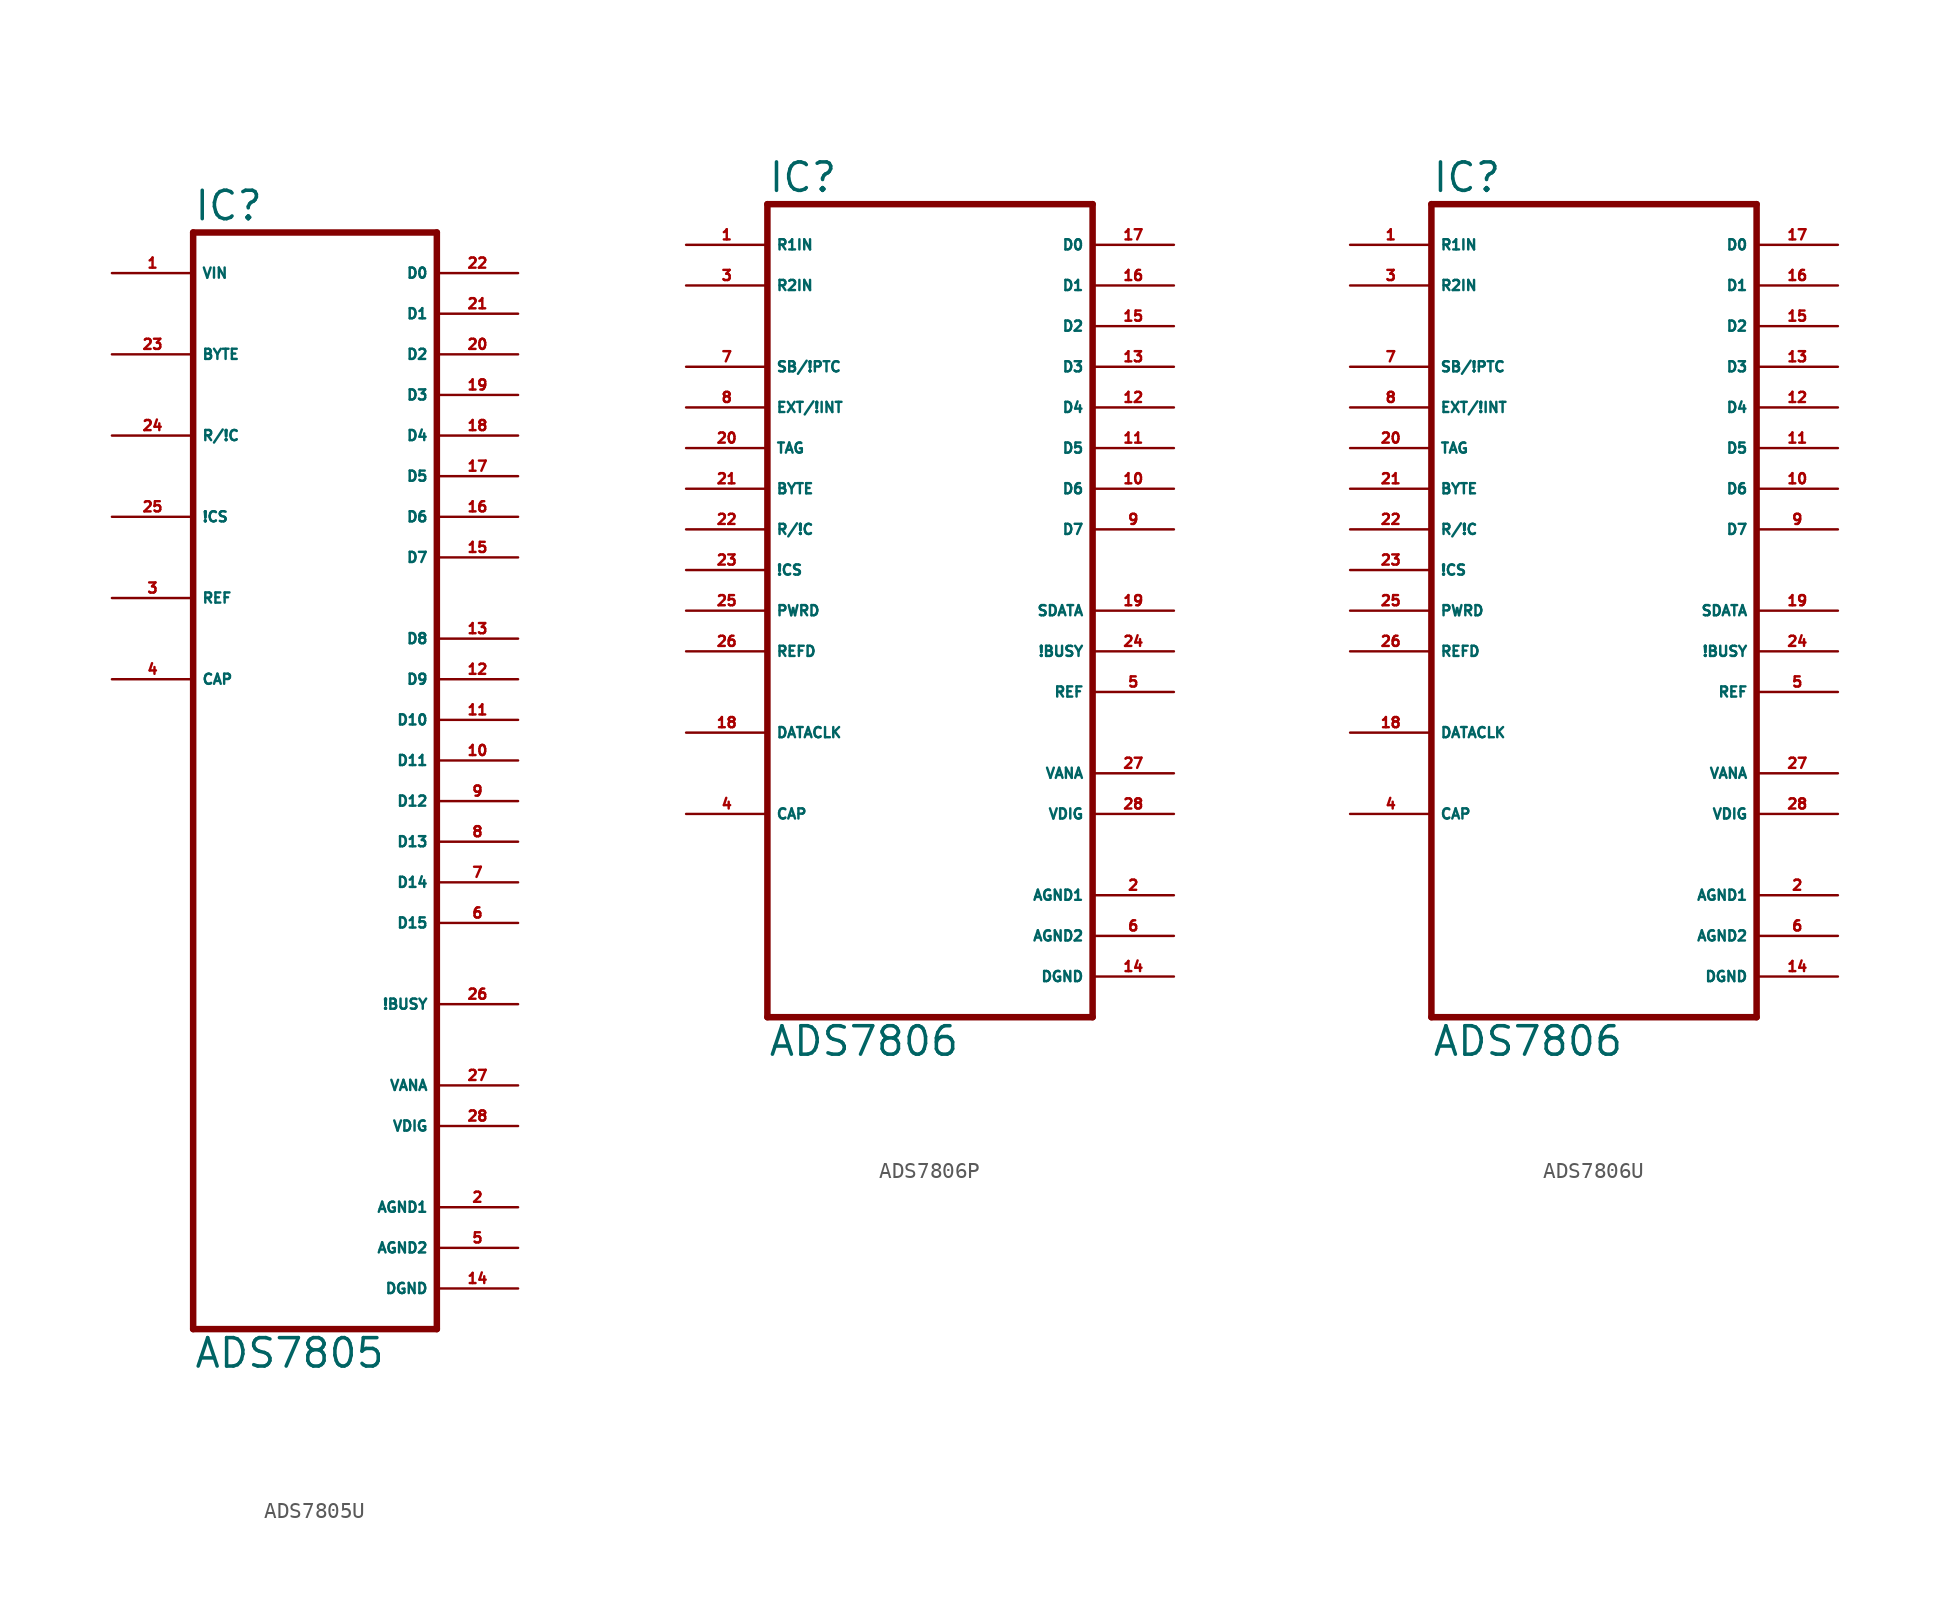
<source format=kicad_sym>
(kicad_symbol_lib
  (version 20220914)
  (generator Eagle2Kicad)
  (symbol "ADS7805U"
    (property "Reference" "IC"
      (at -7.62 36.195 0)
      (effects (font (size 1.778 1.778) (thickness 0.22)) (justify left bottom)))
    (property "Value" "ADS7805"
      (at -7.62 -35.56 0)
      (effects (font (size 1.778 1.778) (thickness 0.22)) (justify left bottom)))
    (polyline
      (pts (xy 7.62 -33.02) (xy -7.62 -33.02))
      (stroke (width 0.406) (type default))
      (fill (type none)))
    (polyline
      (pts (xy -7.62 -33.02) (xy -7.62 35.56))
      (stroke (width 0.406) (type default))
      (fill (type none)))
    (polyline
      (pts (xy -7.62 35.56) (xy 7.62 35.56))
      (stroke (width 0.406) (type default))
      (fill (type none)))
    (polyline
      (pts (xy 7.62 35.56) (xy 7.62 -33.02))
      (stroke (width 0.406) (type default))
      (fill (type none)))
    (pin input line
      (at -12.7 33.02 0)
      (length 5.08)
      (name "VIN" (effects (font (size 0.635 0.635) (thickness 0.08)) (justify left bottom)))
      (number "1" (effects (font (size 0.635 0.635) (thickness 0.08)) (justify left bottom))))
    (pin input line
      (at -12.7 27.94 0)
      (length 5.08)
      (name "BYTE" (effects (font (size 0.635 0.635) (thickness 0.08)) (justify left bottom)))
      (number "23" (effects (font (size 0.635 0.635) (thickness 0.08)) (justify left bottom))))
    (pin input line
      (at -12.7 22.86 0)
      (length 5.08)
      (name "R/!C" (effects (font (size 0.635 0.635) (thickness 0.08)) (justify left bottom)))
      (number "24" (effects (font (size 0.635 0.635) (thickness 0.08)) (justify left bottom))))
    (pin input line
      (at -12.7 17.78 0)
      (length 5.08)
      (name "!CS" (effects (font (size 0.635 0.635) (thickness 0.08)) (justify left bottom)))
      (number "25" (effects (font (size 0.635 0.635) (thickness 0.08)) (justify left bottom))))
    (pin output line
      (at 12.7 33.02 180)
      (length 5.08)
      (name "D0" (effects (font (size 0.635 0.635) (thickness 0.08)) (justify left bottom)))
      (number "22" (effects (font (size 0.635 0.635) (thickness 0.08)) (justify left bottom))))
    (pin output line
      (at 12.7 30.48 180)
      (length 5.08)
      (name "D1" (effects (font (size 0.635 0.635) (thickness 0.08)) (justify left bottom)))
      (number "21" (effects (font (size 0.635 0.635) (thickness 0.08)) (justify left bottom))))
    (pin output line
      (at 12.7 27.94 180)
      (length 5.08)
      (name "D2" (effects (font (size 0.635 0.635) (thickness 0.08)) (justify left bottom)))
      (number "20" (effects (font (size 0.635 0.635) (thickness 0.08)) (justify left bottom))))
    (pin output line
      (at 12.7 25.4 180)
      (length 5.08)
      (name "D3" (effects (font (size 0.635 0.635) (thickness 0.08)) (justify left bottom)))
      (number "19" (effects (font (size 0.635 0.635) (thickness 0.08)) (justify left bottom))))
    (pin output line
      (at 12.7 22.86 180)
      (length 5.08)
      (name "D4" (effects (font (size 0.635 0.635) (thickness 0.08)) (justify left bottom)))
      (number "18" (effects (font (size 0.635 0.635) (thickness 0.08)) (justify left bottom))))
    (pin output line
      (at 12.7 20.32 180)
      (length 5.08)
      (name "D5" (effects (font (size 0.635 0.635) (thickness 0.08)) (justify left bottom)))
      (number "17" (effects (font (size 0.635 0.635) (thickness 0.08)) (justify left bottom))))
    (pin output line
      (at 12.7 17.78 180)
      (length 5.08)
      (name "D6" (effects (font (size 0.635 0.635) (thickness 0.08)) (justify left bottom)))
      (number "16" (effects (font (size 0.635 0.635) (thickness 0.08)) (justify left bottom))))
    (pin output line
      (at 12.7 15.24 180)
      (length 5.08)
      (name "D7" (effects (font (size 0.635 0.635) (thickness 0.08)) (justify left bottom)))
      (number "15" (effects (font (size 0.635 0.635) (thickness 0.08)) (justify left bottom))))
    (pin output line
      (at 12.7 10.16 180)
      (length 5.08)
      (name "D8" (effects (font (size 0.635 0.635) (thickness 0.08)) (justify left bottom)))
      (number "13" (effects (font (size 0.635 0.635) (thickness 0.08)) (justify left bottom))))
    (pin output line
      (at 12.7 7.62 180)
      (length 5.08)
      (name "D9" (effects (font (size 0.635 0.635) (thickness 0.08)) (justify left bottom)))
      (number "12" (effects (font (size 0.635 0.635) (thickness 0.08)) (justify left bottom))))
    (pin output line
      (at 12.7 5.08 180)
      (length 5.08)
      (name "D10" (effects (font (size 0.635 0.635) (thickness 0.08)) (justify left bottom)))
      (number "11" (effects (font (size 0.635 0.635) (thickness 0.08)) (justify left bottom))))
    (pin output line
      (at 12.7 2.54 180)
      (length 5.08)
      (name "D11" (effects (font (size 0.635 0.635) (thickness 0.08)) (justify left bottom)))
      (number "10" (effects (font (size 0.635 0.635) (thickness 0.08)) (justify left bottom))))
    (pin output line
      (at 12.7 0 180)
      (length 5.08)
      (name "D12" (effects (font (size 0.635 0.635) (thickness 0.08)) (justify left bottom)))
      (number "9" (effects (font (size 0.635 0.635) (thickness 0.08)) (justify left bottom))))
    (pin output line
      (at 12.7 -2.54 180)
      (length 5.08)
      (name "D13" (effects (font (size 0.635 0.635) (thickness 0.08)) (justify left bottom)))
      (number "8" (effects (font (size 0.635 0.635) (thickness 0.08)) (justify left bottom))))
    (pin output line
      (at 12.7 -5.08 180)
      (length 5.08)
      (name "D14" (effects (font (size 0.635 0.635) (thickness 0.08)) (justify left bottom)))
      (number "7" (effects (font (size 0.635 0.635) (thickness 0.08)) (justify left bottom))))
    (pin output line
      (at 12.7 -7.62 180)
      (length 5.08)
      (name "D15" (effects (font (size 0.635 0.635) (thickness 0.08)) (justify left bottom)))
      (number "6" (effects (font (size 0.635 0.635) (thickness 0.08)) (justify left bottom))))
    (pin output line
      (at 12.7 -12.7 180)
      (length 5.08)
      (name "!BUSY" (effects (font (size 0.635 0.635) (thickness 0.08)) (justify left bottom)))
      (number "26" (effects (font (size 0.635 0.635) (thickness 0.08)) (justify left bottom))))
    (pin bidirectional line
      (at -12.7 12.7 0)
      (length 5.08)
      (name "REF" (effects (font (size 0.635 0.635) (thickness 0.08)) (justify left bottom)))
      (number "3" (effects (font (size 0.635 0.635) (thickness 0.08)) (justify left bottom))))
    (pin passive line
      (at -12.7 7.62 0)
      (length 5.08)
      (name "CAP" (effects (font (size 0.635 0.635) (thickness 0.08)) (justify left bottom)))
      (number "4" (effects (font (size 0.635 0.635) (thickness 0.08)) (justify left bottom))))
    (pin unspecified line
      (at 12.7 -17.78 180)
      (length 5.08)
      (name "VANA" (effects (font (size 0.635 0.635) (thickness 0.08)) (justify left bottom)))
      (number "27" (effects (font (size 0.635 0.635) (thickness 0.08)) (justify left bottom))))
    (pin unspecified line
      (at 12.7 -20.32 180)
      (length 5.08)
      (name "VDIG" (effects (font (size 0.635 0.635) (thickness 0.08)) (justify left bottom)))
      (number "28" (effects (font (size 0.635 0.635) (thickness 0.08)) (justify left bottom))))
    (pin unspecified line
      (at 12.7 -25.4 180)
      (length 5.08)
      (name "AGND1" (effects (font (size 0.635 0.635) (thickness 0.08)) (justify left bottom)))
      (number "2" (effects (font (size 0.635 0.635) (thickness 0.08)) (justify left bottom))))
    (pin unspecified line
      (at 12.7 -27.94 180)
      (length 5.08)
      (name "AGND2" (effects (font (size 0.635 0.635) (thickness 0.08)) (justify left bottom)))
      (number "5" (effects (font (size 0.635 0.635) (thickness 0.08)) (justify left bottom))))
    (pin unspecified line
      (at 12.7 -30.48 180)
      (length 5.08)
      (name "DGND" (effects (font (size 0.635 0.635) (thickness 0.08)) (justify left bottom)))
      (number "14" (effects (font (size 0.635 0.635) (thickness 0.08)) (justify left bottom)))))
  (symbol "ADS7806P"
    (property "Reference" "IC"
      (at -10.16 26.035 0)
      (effects (font (size 1.778 1.778) (thickness 0.22)) (justify left bottom)))
    (property "Value" "ADS7806"
      (at -10.16 -27.94 0)
      (effects (font (size 1.778 1.778) (thickness 0.22)) (justify left bottom)))
    (polyline
      (pts (xy 10.16 -25.4) (xy 10.16 25.4))
      (stroke (width 0.406) (type default))
      (fill (type none)))
    (polyline
      (pts (xy 10.16 25.4) (xy -10.16 25.4))
      (stroke (width 0.406) (type default))
      (fill (type none)))
    (polyline
      (pts (xy -10.16 25.4) (xy -10.16 -25.4))
      (stroke (width 0.406) (type default))
      (fill (type none)))
    (polyline
      (pts (xy -10.16 -25.4) (xy 10.16 -25.4))
      (stroke (width 0.406) (type default))
      (fill (type none)))
    (pin input line
      (at -15.24 22.86 0)
      (length 5.08)
      (name "R1IN" (effects (font (size 0.635 0.635) (thickness 0.08)) (justify left bottom)))
      (number "1" (effects (font (size 0.635 0.635) (thickness 0.08)) (justify left bottom))))
    (pin input line
      (at -15.24 20.32 0)
      (length 5.08)
      (name "R2IN" (effects (font (size 0.635 0.635) (thickness 0.08)) (justify left bottom)))
      (number "3" (effects (font (size 0.635 0.635) (thickness 0.08)) (justify left bottom))))
    (pin input line
      (at -15.24 15.24 0)
      (length 5.08)
      (name "SB/!PTC" (effects (font (size 0.635 0.635) (thickness 0.08)) (justify left bottom)))
      (number "7" (effects (font (size 0.635 0.635) (thickness 0.08)) (justify left bottom))))
    (pin input line
      (at -15.24 12.7 0)
      (length 5.08)
      (name "EXT/!INT" (effects (font (size 0.635 0.635) (thickness 0.08)) (justify left bottom)))
      (number "8" (effects (font (size 0.635 0.635) (thickness 0.08)) (justify left bottom))))
    (pin input line
      (at -15.24 10.16 0)
      (length 5.08)
      (name "TAG" (effects (font (size 0.635 0.635) (thickness 0.08)) (justify left bottom)))
      (number "20" (effects (font (size 0.635 0.635) (thickness 0.08)) (justify left bottom))))
    (pin input line
      (at -15.24 7.62 0)
      (length 5.08)
      (name "BYTE" (effects (font (size 0.635 0.635) (thickness 0.08)) (justify left bottom)))
      (number "21" (effects (font (size 0.635 0.635) (thickness 0.08)) (justify left bottom))))
    (pin input line
      (at -15.24 5.08 0)
      (length 5.08)
      (name "R/!C" (effects (font (size 0.635 0.635) (thickness 0.08)) (justify left bottom)))
      (number "22" (effects (font (size 0.635 0.635) (thickness 0.08)) (justify left bottom))))
    (pin input line
      (at -15.24 2.54 0)
      (length 5.08)
      (name "!CS" (effects (font (size 0.635 0.635) (thickness 0.08)) (justify left bottom)))
      (number "23" (effects (font (size 0.635 0.635) (thickness 0.08)) (justify left bottom))))
    (pin input line
      (at -15.24 0 0)
      (length 5.08)
      (name "PWRD" (effects (font (size 0.635 0.635) (thickness 0.08)) (justify left bottom)))
      (number "25" (effects (font (size 0.635 0.635) (thickness 0.08)) (justify left bottom))))
    (pin input line
      (at -15.24 -2.54 0)
      (length 5.08)
      (name "REFD" (effects (font (size 0.635 0.635) (thickness 0.08)) (justify left bottom)))
      (number "26" (effects (font (size 0.635 0.635) (thickness 0.08)) (justify left bottom))))
    (pin bidirectional line
      (at -15.24 -7.62 0)
      (length 5.08)
      (name "DATACLK" (effects (font (size 0.635 0.635) (thickness 0.08)) (justify left bottom)))
      (number "18" (effects (font (size 0.635 0.635) (thickness 0.08)) (justify left bottom))))
    (pin output line
      (at 15.24 22.86 180)
      (length 5.08)
      (name "D0" (effects (font (size 0.635 0.635) (thickness 0.08)) (justify left bottom)))
      (number "17" (effects (font (size 0.635 0.635) (thickness 0.08)) (justify left bottom))))
    (pin output line
      (at 15.24 20.32 180)
      (length 5.08)
      (name "D1" (effects (font (size 0.635 0.635) (thickness 0.08)) (justify left bottom)))
      (number "16" (effects (font (size 0.635 0.635) (thickness 0.08)) (justify left bottom))))
    (pin output line
      (at 15.24 17.78 180)
      (length 5.08)
      (name "D2" (effects (font (size 0.635 0.635) (thickness 0.08)) (justify left bottom)))
      (number "15" (effects (font (size 0.635 0.635) (thickness 0.08)) (justify left bottom))))
    (pin output line
      (at 15.24 15.24 180)
      (length 5.08)
      (name "D3" (effects (font (size 0.635 0.635) (thickness 0.08)) (justify left bottom)))
      (number "13" (effects (font (size 0.635 0.635) (thickness 0.08)) (justify left bottom))))
    (pin output line
      (at 15.24 12.7 180)
      (length 5.08)
      (name "D4" (effects (font (size 0.635 0.635) (thickness 0.08)) (justify left bottom)))
      (number "12" (effects (font (size 0.635 0.635) (thickness 0.08)) (justify left bottom))))
    (pin output line
      (at 15.24 10.16 180)
      (length 5.08)
      (name "D5" (effects (font (size 0.635 0.635) (thickness 0.08)) (justify left bottom)))
      (number "11" (effects (font (size 0.635 0.635) (thickness 0.08)) (justify left bottom))))
    (pin output line
      (at 15.24 7.62 180)
      (length 5.08)
      (name "D6" (effects (font (size 0.635 0.635) (thickness 0.08)) (justify left bottom)))
      (number "10" (effects (font (size 0.635 0.635) (thickness 0.08)) (justify left bottom))))
    (pin output line
      (at 15.24 5.08 180)
      (length 5.08)
      (name "D7" (effects (font (size 0.635 0.635) (thickness 0.08)) (justify left bottom)))
      (number "9" (effects (font (size 0.635 0.635) (thickness 0.08)) (justify left bottom))))
    (pin output line
      (at 15.24 0 180)
      (length 5.08)
      (name "SDATA" (effects (font (size 0.635 0.635) (thickness 0.08)) (justify left bottom)))
      (number "19" (effects (font (size 0.635 0.635) (thickness 0.08)) (justify left bottom))))
    (pin output line
      (at 15.24 -2.54 180)
      (length 5.08)
      (name "!BUSY" (effects (font (size 0.635 0.635) (thickness 0.08)) (justify left bottom)))
      (number "24" (effects (font (size 0.635 0.635) (thickness 0.08)) (justify left bottom))))
    (pin passive line
      (at -15.24 -12.7 0)
      (length 5.08)
      (name "CAP" (effects (font (size 0.635 0.635) (thickness 0.08)) (justify left bottom)))
      (number "4" (effects (font (size 0.635 0.635) (thickness 0.08)) (justify left bottom))))
    (pin output line
      (at 15.24 -5.08 180)
      (length 5.08)
      (name "REF" (effects (font (size 0.635 0.635) (thickness 0.08)) (justify left bottom)))
      (number "5" (effects (font (size 0.635 0.635) (thickness 0.08)) (justify left bottom))))
    (pin unspecified line
      (at 15.24 -10.16 180)
      (length 5.08)
      (name "VANA" (effects (font (size 0.635 0.635) (thickness 0.08)) (justify left bottom)))
      (number "27" (effects (font (size 0.635 0.635) (thickness 0.08)) (justify left bottom))))
    (pin unspecified line
      (at 15.24 -12.7 180)
      (length 5.08)
      (name "VDIG" (effects (font (size 0.635 0.635) (thickness 0.08)) (justify left bottom)))
      (number "28" (effects (font (size 0.635 0.635) (thickness 0.08)) (justify left bottom))))
    (pin unspecified line
      (at 15.24 -17.78 180)
      (length 5.08)
      (name "AGND1" (effects (font (size 0.635 0.635) (thickness 0.08)) (justify left bottom)))
      (number "2" (effects (font (size 0.635 0.635) (thickness 0.08)) (justify left bottom))))
    (pin unspecified line
      (at 15.24 -20.32 180)
      (length 5.08)
      (name "AGND2" (effects (font (size 0.635 0.635) (thickness 0.08)) (justify left bottom)))
      (number "6" (effects (font (size 0.635 0.635) (thickness 0.08)) (justify left bottom))))
    (pin unspecified line
      (at 15.24 -22.86 180)
      (length 5.08)
      (name "DGND" (effects (font (size 0.635 0.635) (thickness 0.08)) (justify left bottom)))
      (number "14" (effects (font (size 0.635 0.635) (thickness 0.08)) (justify left bottom)))))
  (symbol "ADS7806U"
    (property "Reference" "IC"
      (at -10.16 26.035 0)
      (effects (font (size 1.778 1.778) (thickness 0.22)) (justify left bottom)))
    (property "Value" "ADS7806"
      (at -10.16 -27.94 0)
      (effects (font (size 1.778 1.778) (thickness 0.22)) (justify left bottom)))
    (polyline
      (pts (xy 10.16 -25.4) (xy 10.16 25.4))
      (stroke (width 0.406) (type default))
      (fill (type none)))
    (polyline
      (pts (xy 10.16 25.4) (xy -10.16 25.4))
      (stroke (width 0.406) (type default))
      (fill (type none)))
    (polyline
      (pts (xy -10.16 25.4) (xy -10.16 -25.4))
      (stroke (width 0.406) (type default))
      (fill (type none)))
    (polyline
      (pts (xy -10.16 -25.4) (xy 10.16 -25.4))
      (stroke (width 0.406) (type default))
      (fill (type none)))
    (pin input line
      (at -15.24 22.86 0)
      (length 5.08)
      (name "R1IN" (effects (font (size 0.635 0.635) (thickness 0.08)) (justify left bottom)))
      (number "1" (effects (font (size 0.635 0.635) (thickness 0.08)) (justify left bottom))))
    (pin input line
      (at -15.24 20.32 0)
      (length 5.08)
      (name "R2IN" (effects (font (size 0.635 0.635) (thickness 0.08)) (justify left bottom)))
      (number "3" (effects (font (size 0.635 0.635) (thickness 0.08)) (justify left bottom))))
    (pin input line
      (at -15.24 15.24 0)
      (length 5.08)
      (name "SB/!PTC" (effects (font (size 0.635 0.635) (thickness 0.08)) (justify left bottom)))
      (number "7" (effects (font (size 0.635 0.635) (thickness 0.08)) (justify left bottom))))
    (pin input line
      (at -15.24 12.7 0)
      (length 5.08)
      (name "EXT/!INT" (effects (font (size 0.635 0.635) (thickness 0.08)) (justify left bottom)))
      (number "8" (effects (font (size 0.635 0.635) (thickness 0.08)) (justify left bottom))))
    (pin input line
      (at -15.24 10.16 0)
      (length 5.08)
      (name "TAG" (effects (font (size 0.635 0.635) (thickness 0.08)) (justify left bottom)))
      (number "20" (effects (font (size 0.635 0.635) (thickness 0.08)) (justify left bottom))))
    (pin input line
      (at -15.24 7.62 0)
      (length 5.08)
      (name "BYTE" (effects (font (size 0.635 0.635) (thickness 0.08)) (justify left bottom)))
      (number "21" (effects (font (size 0.635 0.635) (thickness 0.08)) (justify left bottom))))
    (pin input line
      (at -15.24 5.08 0)
      (length 5.08)
      (name "R/!C" (effects (font (size 0.635 0.635) (thickness 0.08)) (justify left bottom)))
      (number "22" (effects (font (size 0.635 0.635) (thickness 0.08)) (justify left bottom))))
    (pin input line
      (at -15.24 2.54 0)
      (length 5.08)
      (name "!CS" (effects (font (size 0.635 0.635) (thickness 0.08)) (justify left bottom)))
      (number "23" (effects (font (size 0.635 0.635) (thickness 0.08)) (justify left bottom))))
    (pin input line
      (at -15.24 0 0)
      (length 5.08)
      (name "PWRD" (effects (font (size 0.635 0.635) (thickness 0.08)) (justify left bottom)))
      (number "25" (effects (font (size 0.635 0.635) (thickness 0.08)) (justify left bottom))))
    (pin input line
      (at -15.24 -2.54 0)
      (length 5.08)
      (name "REFD" (effects (font (size 0.635 0.635) (thickness 0.08)) (justify left bottom)))
      (number "26" (effects (font (size 0.635 0.635) (thickness 0.08)) (justify left bottom))))
    (pin bidirectional line
      (at -15.24 -7.62 0)
      (length 5.08)
      (name "DATACLK" (effects (font (size 0.635 0.635) (thickness 0.08)) (justify left bottom)))
      (number "18" (effects (font (size 0.635 0.635) (thickness 0.08)) (justify left bottom))))
    (pin output line
      (at 15.24 22.86 180)
      (length 5.08)
      (name "D0" (effects (font (size 0.635 0.635) (thickness 0.08)) (justify left bottom)))
      (number "17" (effects (font (size 0.635 0.635) (thickness 0.08)) (justify left bottom))))
    (pin output line
      (at 15.24 20.32 180)
      (length 5.08)
      (name "D1" (effects (font (size 0.635 0.635) (thickness 0.08)) (justify left bottom)))
      (number "16" (effects (font (size 0.635 0.635) (thickness 0.08)) (justify left bottom))))
    (pin output line
      (at 15.24 17.78 180)
      (length 5.08)
      (name "D2" (effects (font (size 0.635 0.635) (thickness 0.08)) (justify left bottom)))
      (number "15" (effects (font (size 0.635 0.635) (thickness 0.08)) (justify left bottom))))
    (pin output line
      (at 15.24 15.24 180)
      (length 5.08)
      (name "D3" (effects (font (size 0.635 0.635) (thickness 0.08)) (justify left bottom)))
      (number "13" (effects (font (size 0.635 0.635) (thickness 0.08)) (justify left bottom))))
    (pin output line
      (at 15.24 12.7 180)
      (length 5.08)
      (name "D4" (effects (font (size 0.635 0.635) (thickness 0.08)) (justify left bottom)))
      (number "12" (effects (font (size 0.635 0.635) (thickness 0.08)) (justify left bottom))))
    (pin output line
      (at 15.24 10.16 180)
      (length 5.08)
      (name "D5" (effects (font (size 0.635 0.635) (thickness 0.08)) (justify left bottom)))
      (number "11" (effects (font (size 0.635 0.635) (thickness 0.08)) (justify left bottom))))
    (pin output line
      (at 15.24 7.62 180)
      (length 5.08)
      (name "D6" (effects (font (size 0.635 0.635) (thickness 0.08)) (justify left bottom)))
      (number "10" (effects (font (size 0.635 0.635) (thickness 0.08)) (justify left bottom))))
    (pin output line
      (at 15.24 5.08 180)
      (length 5.08)
      (name "D7" (effects (font (size 0.635 0.635) (thickness 0.08)) (justify left bottom)))
      (number "9" (effects (font (size 0.635 0.635) (thickness 0.08)) (justify left bottom))))
    (pin output line
      (at 15.24 0 180)
      (length 5.08)
      (name "SDATA" (effects (font (size 0.635 0.635) (thickness 0.08)) (justify left bottom)))
      (number "19" (effects (font (size 0.635 0.635) (thickness 0.08)) (justify left bottom))))
    (pin output line
      (at 15.24 -2.54 180)
      (length 5.08)
      (name "!BUSY" (effects (font (size 0.635 0.635) (thickness 0.08)) (justify left bottom)))
      (number "24" (effects (font (size 0.635 0.635) (thickness 0.08)) (justify left bottom))))
    (pin passive line
      (at -15.24 -12.7 0)
      (length 5.08)
      (name "CAP" (effects (font (size 0.635 0.635) (thickness 0.08)) (justify left bottom)))
      (number "4" (effects (font (size 0.635 0.635) (thickness 0.08)) (justify left bottom))))
    (pin output line
      (at 15.24 -5.08 180)
      (length 5.08)
      (name "REF" (effects (font (size 0.635 0.635) (thickness 0.08)) (justify left bottom)))
      (number "5" (effects (font (size 0.635 0.635) (thickness 0.08)) (justify left bottom))))
    (pin unspecified line
      (at 15.24 -10.16 180)
      (length 5.08)
      (name "VANA" (effects (font (size 0.635 0.635) (thickness 0.08)) (justify left bottom)))
      (number "27" (effects (font (size 0.635 0.635) (thickness 0.08)) (justify left bottom))))
    (pin unspecified line
      (at 15.24 -12.7 180)
      (length 5.08)
      (name "VDIG" (effects (font (size 0.635 0.635) (thickness 0.08)) (justify left bottom)))
      (number "28" (effects (font (size 0.635 0.635) (thickness 0.08)) (justify left bottom))))
    (pin unspecified line
      (at 15.24 -17.78 180)
      (length 5.08)
      (name "AGND1" (effects (font (size 0.635 0.635) (thickness 0.08)) (justify left bottom)))
      (number "2" (effects (font (size 0.635 0.635) (thickness 0.08)) (justify left bottom))))
    (pin unspecified line
      (at 15.24 -20.32 180)
      (length 5.08)
      (name "AGND2" (effects (font (size 0.635 0.635) (thickness 0.08)) (justify left bottom)))
      (number "6" (effects (font (size 0.635 0.635) (thickness 0.08)) (justify left bottom))))
    (pin unspecified line
      (at 15.24 -22.86 180)
      (length 5.08)
      (name "DGND" (effects (font (size 0.635 0.635) (thickness 0.08)) (justify left bottom)))
      (number "14" (effects (font (size 0.635 0.635) (thickness 0.08)) (justify left bottom))))))
</source>
